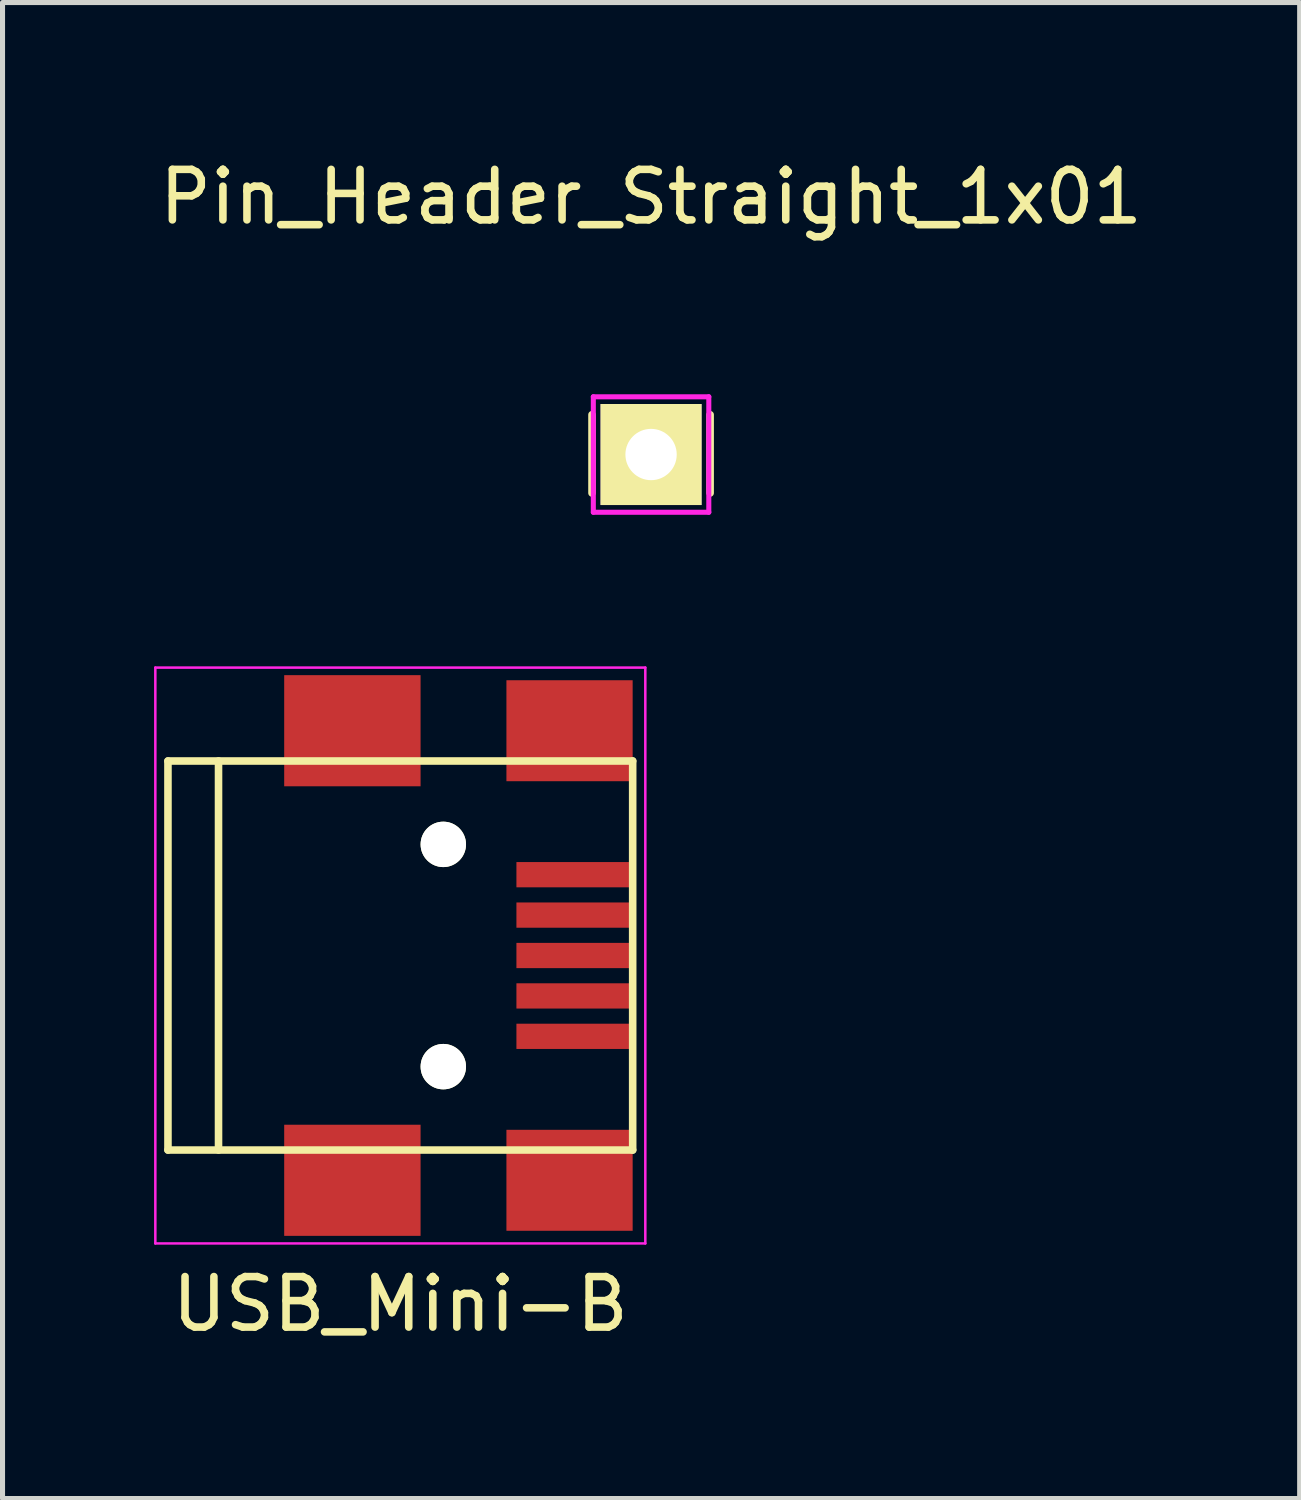
<source format=kicad_pcb>
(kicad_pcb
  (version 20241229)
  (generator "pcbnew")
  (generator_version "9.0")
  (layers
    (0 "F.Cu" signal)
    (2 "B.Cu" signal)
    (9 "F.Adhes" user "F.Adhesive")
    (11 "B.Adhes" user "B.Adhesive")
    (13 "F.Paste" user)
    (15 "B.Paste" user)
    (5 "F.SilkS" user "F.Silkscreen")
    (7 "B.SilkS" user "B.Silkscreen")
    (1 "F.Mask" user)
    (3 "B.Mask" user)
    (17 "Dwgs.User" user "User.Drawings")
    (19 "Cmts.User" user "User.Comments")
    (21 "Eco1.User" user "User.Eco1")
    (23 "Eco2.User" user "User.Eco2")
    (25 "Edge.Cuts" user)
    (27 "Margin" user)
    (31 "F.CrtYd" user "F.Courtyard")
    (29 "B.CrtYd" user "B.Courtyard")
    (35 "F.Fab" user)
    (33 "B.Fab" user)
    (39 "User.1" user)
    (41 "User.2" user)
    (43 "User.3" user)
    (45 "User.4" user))
  (footprint "Pin_Header_Straight_1x01"
    (layer "F.Cu")
    (at 9.839 5.948)
    (property "Reference" "Pin_Header_Straight_1x01" (at 0 -5.1 0) (layer "F.SilkS") (effects (font (size 1 1) (thickness 0.15))))
    (attr through_hole)
    (fp_line (start -1.169 0.762) (end -1.169 -0.788) (stroke (width 0.15) (type solid)) (layer "F.SilkS"))
    (fp_line (start 1.169 -0.788) (end 1.169 0.762) (stroke (width 0.15) (type solid)) (layer "F.SilkS"))
    (fp_line (start -1.143 -1.143) (end 1.143 -1.143) (stroke (width 0.1) (type solid)) (layer "F.CrtYd"))
    (fp_line (start -1.143 1.143) (end -1.143 -1.143) (stroke (width 0.1) (type solid)) (layer "F.CrtYd"))
    (fp_line (start 1.143 -1.143) (end 1.143 1.143) (stroke (width 0.1) (type solid)) (layer "F.CrtYd"))
    (fp_line (start 1.143 1.143) (end -1.143 1.143) (stroke (width 0.1) (type solid)) (layer "F.CrtYd"))
    (pad "1" thru_hole rect (at 0 0) (size 2 2) (drill 1.016) (layers "*.Cu" "*.Mask" "F.SilkS")))
  (footprint "USB_Mini-B"
    (layer "F.Cu")
    (at 4.875 15.866)
    (property "Reference" "USB_Mini-B" (at 0 6.901 0) (layer "F.SilkS") (effects (font (size 1 1) (thickness 0.15))))
    (attr smd)
    (fp_line (start -4.6 -3.851) (end -4.6 3.851) (stroke (width 0.15) (type solid)) (layer "F.SilkS"))
    (fp_line (start -4.6 3.851) (end 4.6 3.851) (stroke (width 0.15) (type solid)) (layer "F.SilkS"))
    (fp_line (start -3.599 -3.851) (end -3.599 3.851) (stroke (width 0.15) (type solid)) (layer "F.SilkS"))
    (fp_line (start 4.6 -3.851) (end -4.6 -3.851) (stroke (width 0.15) (type solid)) (layer "F.SilkS"))
    (fp_line (start 4.6 3.851) (end 4.6 -3.851) (stroke (width 0.15) (type solid)) (layer "F.SilkS"))
    (fp_line (start -4.85 -5.7) (end 4.85 -5.7) (stroke (width 0.05) (type solid)) (layer "F.CrtYd"))
    (fp_line (start -4.85 5.7) (end -4.85 -5.7) (stroke (width 0.05) (type solid)) (layer "F.CrtYd"))
    (fp_line (start 4.85 -5.7) (end 4.85 5.7) (stroke (width 0.05) (type solid)) (layer "F.CrtYd"))
    (fp_line (start 4.85 5.7) (end -4.85 5.7) (stroke (width 0.05) (type solid)) (layer "F.CrtYd"))
    (pad "" np_thru_hole circle (at 0.851 -2.2) (size 0.899 0.899) (drill 0.899) (layers "*.Cu" "*.Mask" "F.SilkS"))
    (pad "" np_thru_hole circle (at 0.851 2.2) (size 0.899 0.899) (drill 0.899) (layers "*.Cu" "*.Mask" "F.SilkS"))
    (pad "1" smd rect (at 3.449 -1.6) (size 2.301 0.5) (layers "F.Cu" "F.Mask" "F.Paste"))
    (pad "2" smd rect (at 3.449 -0.8) (size 2.301 0.5) (layers "F.Cu" "F.Mask" "F.Paste"))
    (pad "3" smd rect (at 3.449 0) (size 2.301 0.5) (layers "F.Cu" "F.Mask" "F.Paste"))
    (pad "4" smd rect (at 3.449 0.8) (size 2.301 0.5) (layers "F.Cu" "F.Mask" "F.Paste"))
    (pad "5" smd rect (at 3.449 1.6) (size 2.301 0.5) (layers "F.Cu" "F.Mask" "F.Paste"))
    (pad "6" smd rect (at -0.949 -4.45) (size 2.7 2.2) (layers "F.Cu" "F.Mask" "F.Paste"))
    (pad "6" smd rect (at -0.949 4.45) (size 2.7 2.2) (layers "F.Cu" "F.Mask" "F.Paste"))
    (pad "6" smd rect (at 3.35 -4.45) (size 2.499 1.999) (layers "F.Cu" "F.Mask" "F.Paste"))
    (pad "6" smd rect (at 3.35 4.45) (size 2.499 1.999) (layers "F.Cu" "F.Mask" "F.Paste")))
  (gr_rect
    (start -3 -3)
    (end 22.679 26.616)
    (stroke (width 0.1) (type default))
    (fill no)
    (layer "Edge.Cuts")))
</source>
